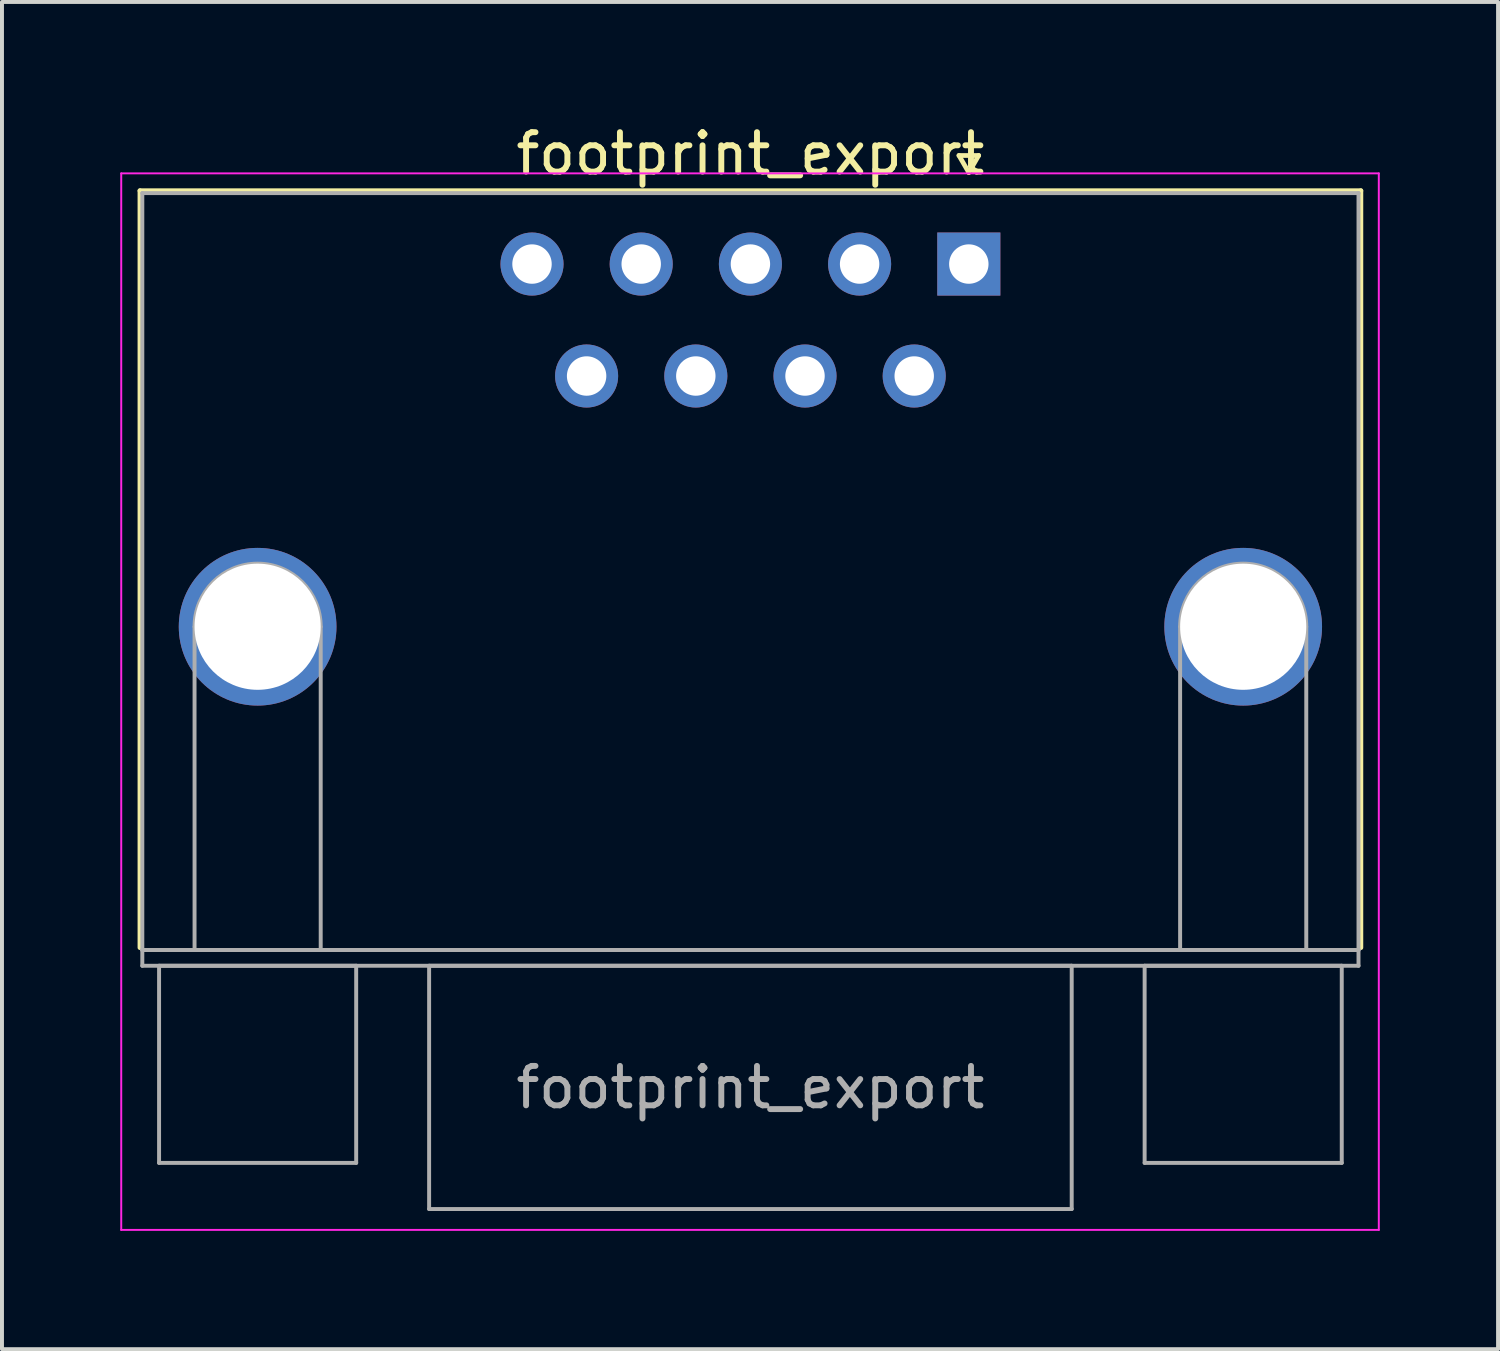
<source format=kicad_pcb>
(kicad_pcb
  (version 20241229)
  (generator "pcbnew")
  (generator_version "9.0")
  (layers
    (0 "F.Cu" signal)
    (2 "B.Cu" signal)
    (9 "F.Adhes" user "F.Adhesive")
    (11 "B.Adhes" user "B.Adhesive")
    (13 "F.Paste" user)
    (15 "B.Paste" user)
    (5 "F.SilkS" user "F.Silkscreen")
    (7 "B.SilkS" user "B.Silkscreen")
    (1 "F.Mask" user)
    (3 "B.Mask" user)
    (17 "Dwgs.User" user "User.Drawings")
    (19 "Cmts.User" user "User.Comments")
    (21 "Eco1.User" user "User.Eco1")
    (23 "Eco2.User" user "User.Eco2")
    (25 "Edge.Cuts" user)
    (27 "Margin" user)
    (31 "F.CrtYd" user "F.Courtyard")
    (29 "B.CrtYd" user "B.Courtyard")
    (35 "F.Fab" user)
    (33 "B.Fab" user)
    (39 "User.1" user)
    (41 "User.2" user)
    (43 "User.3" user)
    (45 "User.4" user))
  (footprint "footprint_export"
    (layer "F.Cu")
    (at 21.525 3.648)
    (property "Reference" "footprint_export" (at -5.54 -2.8 0) (layer "F.SilkS") (effects (font (size 1 1) (thickness 0.15))))
    (attr through_hole)
    (fp_line (start -21.025 -1.86) (end 9.945 -1.86) (stroke (width 0.12) (type solid)) (layer "F.SilkS"))
    (fp_line (start -21.025 17.34) (end -21.025 -1.86) (stroke (width 0.12) (type solid)) (layer "F.SilkS"))
    (fp_line (start -0.25 -2.754) (end 0.25 -2.754) (stroke (width 0.12) (type solid)) (layer "F.SilkS"))
    (fp_line (start 0 -2.321) (end -0.25 -2.754) (stroke (width 0.12) (type solid)) (layer "F.SilkS"))
    (fp_line (start 0.25 -2.754) (end 0 -2.321) (stroke (width 0.12) (type solid)) (layer "F.SilkS"))
    (fp_line (start 9.945 -1.86) (end 9.945 17.34) (stroke (width 0.12) (type solid)) (layer "F.SilkS"))
    (fp_line (start -21.5 -2.3) (end -21.5 24.5) (stroke (width 0.05) (type solid)) (layer "F.CrtYd"))
    (fp_line (start -21.5 24.5) (end 10.4 24.5) (stroke (width 0.05) (type solid)) (layer "F.CrtYd"))
    (fp_line (start 10.4 -2.3) (end -21.5 -2.3) (stroke (width 0.05) (type solid)) (layer "F.CrtYd"))
    (fp_line (start 10.4 24.5) (end 10.4 -2.3) (stroke (width 0.05) (type solid)) (layer "F.CrtYd"))
    (fp_line (start -20.965 -1.8) (end -20.965 17.4) (stroke (width 0.1) (type solid)) (layer "F.Fab"))
    (fp_line (start -20.965 17.4) (end -20.965 17.8) (stroke (width 0.1) (type solid)) (layer "F.Fab"))
    (fp_line (start -20.965 17.4) (end 9.885 17.4) (stroke (width 0.1) (type solid)) (layer "F.Fab"))
    (fp_line (start -20.965 17.8) (end 9.885 17.8) (stroke (width 0.1) (type solid)) (layer "F.Fab"))
    (fp_line (start -20.54 17.8) (end -20.54 22.8) (stroke (width 0.1) (type solid)) (layer "F.Fab"))
    (fp_line (start -20.54 22.8) (end -15.54 22.8) (stroke (width 0.1) (type solid)) (layer "F.Fab"))
    (fp_line (start -19.64 17.4) (end -19.64 9.2) (stroke (width 0.1) (type solid)) (layer "F.Fab"))
    (fp_line (start -16.44 17.4) (end -16.44 9.2) (stroke (width 0.1) (type solid)) (layer "F.Fab"))
    (fp_line (start -15.54 17.8) (end -20.54 17.8) (stroke (width 0.1) (type solid)) (layer "F.Fab"))
    (fp_line (start -15.54 22.8) (end -15.54 17.8) (stroke (width 0.1) (type solid)) (layer "F.Fab"))
    (fp_line (start -13.69 17.8) (end -13.69 23.97) (stroke (width 0.1) (type solid)) (layer "F.Fab"))
    (fp_line (start -13.69 23.97) (end 2.61 23.97) (stroke (width 0.1) (type solid)) (layer "F.Fab"))
    (fp_line (start 2.61 17.8) (end -13.69 17.8) (stroke (width 0.1) (type solid)) (layer "F.Fab"))
    (fp_line (start 2.61 23.97) (end 2.61 17.8) (stroke (width 0.1) (type solid)) (layer "F.Fab"))
    (fp_line (start 4.46 17.8) (end 4.46 22.8) (stroke (width 0.1) (type solid)) (layer "F.Fab"))
    (fp_line (start 4.46 22.8) (end 9.46 22.8) (stroke (width 0.1) (type solid)) (layer "F.Fab"))
    (fp_line (start 5.36 17.4) (end 5.36 9.2) (stroke (width 0.1) (type solid)) (layer "F.Fab"))
    (fp_line (start 8.56 17.4) (end 8.56 9.2) (stroke (width 0.1) (type solid)) (layer "F.Fab"))
    (fp_line (start 9.46 17.8) (end 4.46 17.8) (stroke (width 0.1) (type solid)) (layer "F.Fab"))
    (fp_line (start 9.46 22.8) (end 9.46 17.8) (stroke (width 0.1) (type solid)) (layer "F.Fab"))
    (fp_line (start 9.885 -1.8) (end -20.965 -1.8) (stroke (width 0.1) (type solid)) (layer "F.Fab"))
    (fp_line (start 9.885 17.4) (end -20.965 17.4) (stroke (width 0.1) (type solid)) (layer "F.Fab"))
    (fp_line (start 9.885 17.4) (end 9.885 -1.8) (stroke (width 0.1) (type solid)) (layer "F.Fab"))
    (fp_line (start 9.885 17.8) (end 9.885 17.4) (stroke (width 0.1) (type solid)) (layer "F.Fab"))
    (fp_arc (start -19.64 9.2) (mid -18.04 7.6) (end -16.44 9.2) (stroke (width 0.1) (type solid)) (layer "F.Fab"))
    (fp_arc (start 5.36 9.2) (mid 6.96 7.6) (end 8.56 9.2) (stroke (width 0.1) (type solid)) (layer "F.Fab"))
    (fp_text user "${REFERENCE}" (at -5.54 20.885 0) (layer "F.Fab") (effects (font (size 1 1) (thickness 0.15))))
    (pad "0" thru_hole circle (at -18.04 9.2) (size 4 4) (drill 3.2) (layers "*.Cu" "*.Mask"))
    (pad "0" thru_hole circle (at 6.96 9.2) (size 4 4) (drill 3.2) (layers "*.Cu" "*.Mask"))
    (pad "1" thru_hole rect (at 0 0) (size 1.6 1.6) (drill 1) (layers "*.Cu" "*.Mask"))
    (pad "2" thru_hole circle (at -2.77 0) (size 1.6 1.6) (drill 1) (layers "*.Cu" "*.Mask"))
    (pad "3" thru_hole circle (at -5.54 0) (size 1.6 1.6) (drill 1) (layers "*.Cu" "*.Mask"))
    (pad "4" thru_hole circle (at -8.31 0) (size 1.6 1.6) (drill 1) (layers "*.Cu" "*.Mask"))
    (pad "5" thru_hole circle (at -11.08 0) (size 1.6 1.6) (drill 1) (layers "*.Cu" "*.Mask"))
    (pad "6" thru_hole circle (at -1.385 2.84) (size 1.6 1.6) (drill 1) (layers "*.Cu" "*.Mask"))
    (pad "7" thru_hole circle (at -4.155 2.84) (size 1.6 1.6) (drill 1) (layers "*.Cu" "*.Mask"))
    (pad "8" thru_hole circle (at -6.925 2.84) (size 1.6 1.6) (drill 1) (layers "*.Cu" "*.Mask"))
    (pad "9" thru_hole circle (at -9.695 2.84) (size 1.6 1.6) (drill 1) (layers "*.Cu" "*.Mask")))
  (gr_rect
    (start -3 -3)
    (end 34.95 31.173)
    (stroke (width 0.1) (type default))
    (fill no)
    (layer "Edge.Cuts")))
</source>
